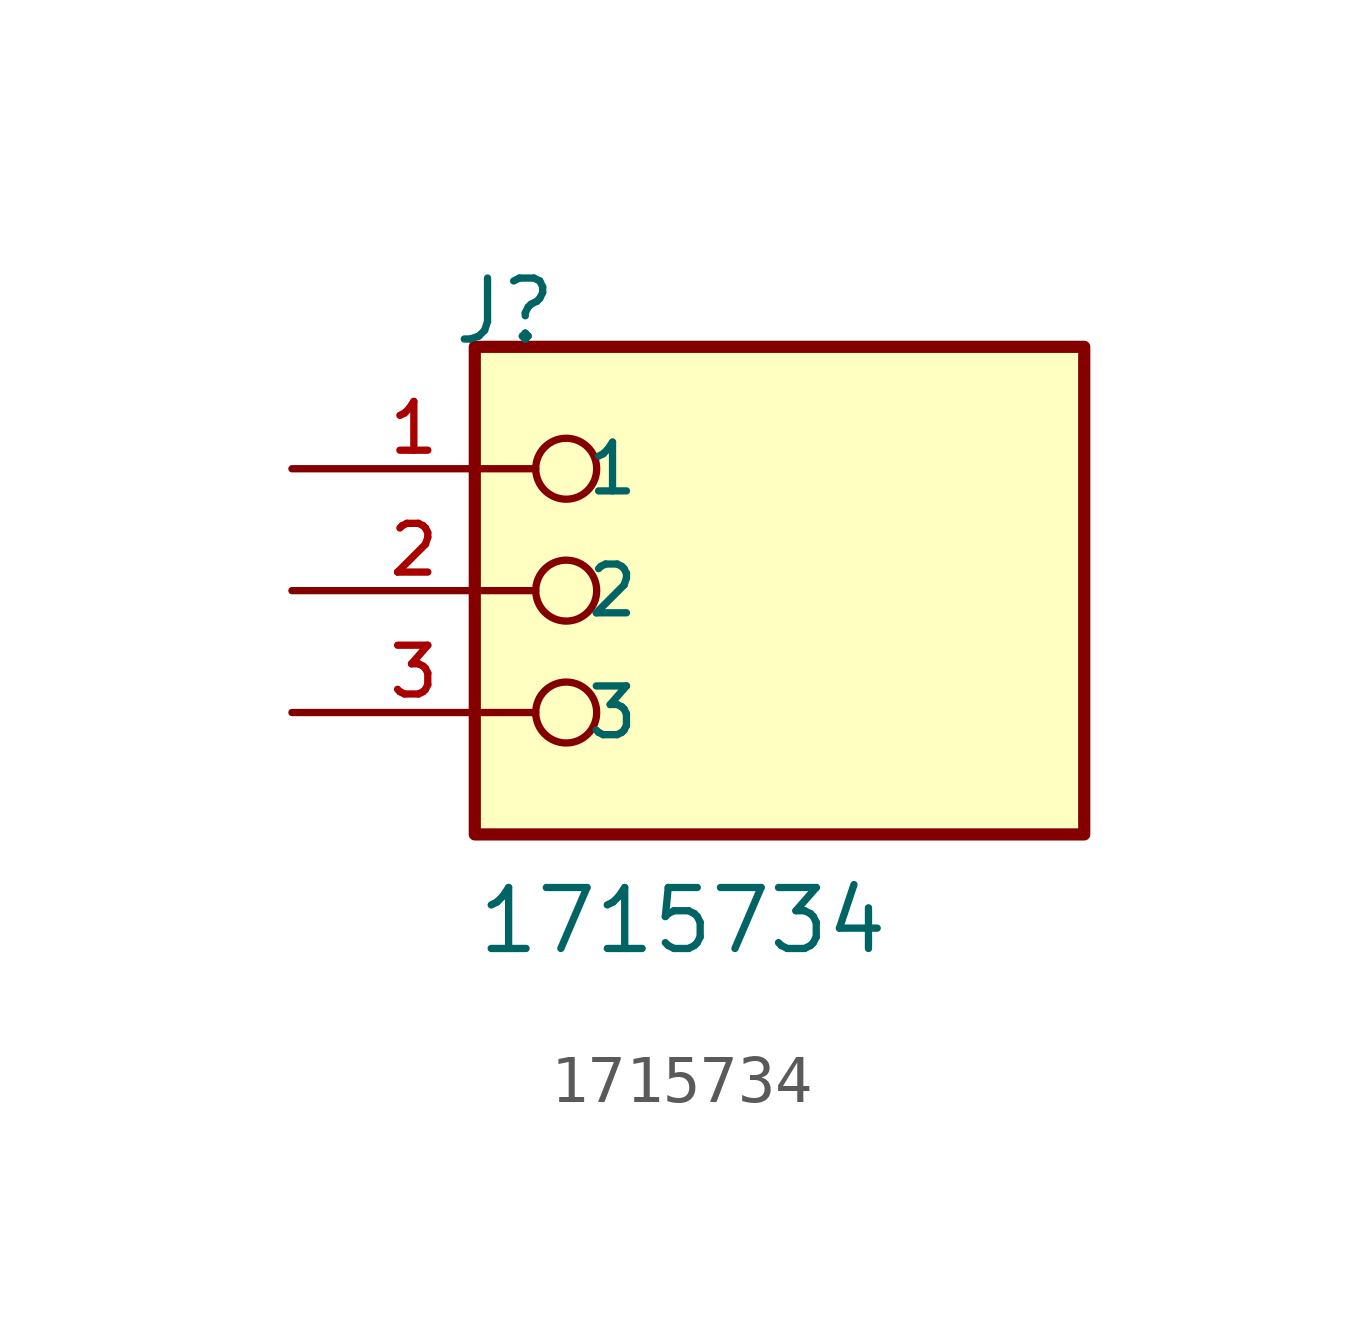
<source format=kicad_sym>
(kicad_symbol_lib
  (version 20211014)
  (generator kicad_symbol_editor)
  (symbol "1715734"
    (pin_names
      (offset 1.016))
    (property "Reference" "J"
      (at -6.85 5.08 0)
      (effects (font (size 1.27 1.27)) (justify bottom left)))
    (property "Value" "1715734"
      (at -6.35 -7.62 0)
      (effects (font (size 1.27 1.27)) (justify bottom left)))
    (symbol "1715734_0_0"
      (circle (center -4.445 2.54) (radius 0.635) (stroke (width 0.152)) (fill (type none)))
      (circle (center -4.445 0.0) (radius 0.635) (stroke (width 0.152)) (fill (type none)))
      (circle (center -4.445 -2.54) (radius 0.635) (stroke (width 0.152)) (fill (type none)))
      (rectangle (start -6.35 -5.08) (end 6.35 5.08) (stroke (width 0.254)) (fill (type background)))
      (pin passive line (at -10.16 2.54 0) (length 5.08) (name "1" (effects (font (size 1.016 1.016)))) (number "1" (effects (font (size 1.016 1.016)))))
      (pin passive line (at -10.16 0.0 0) (length 5.08) (name "2" (effects (font (size 1.016 1.016)))) (number "2" (effects (font (size 1.016 1.016)))))
      (pin passive line (at -10.16 -2.54 0) (length 5.08) (name "3" (effects (font (size 1.016 1.016)))) (number "3" (effects (font (size 1.016 1.016))))))))
</source>
